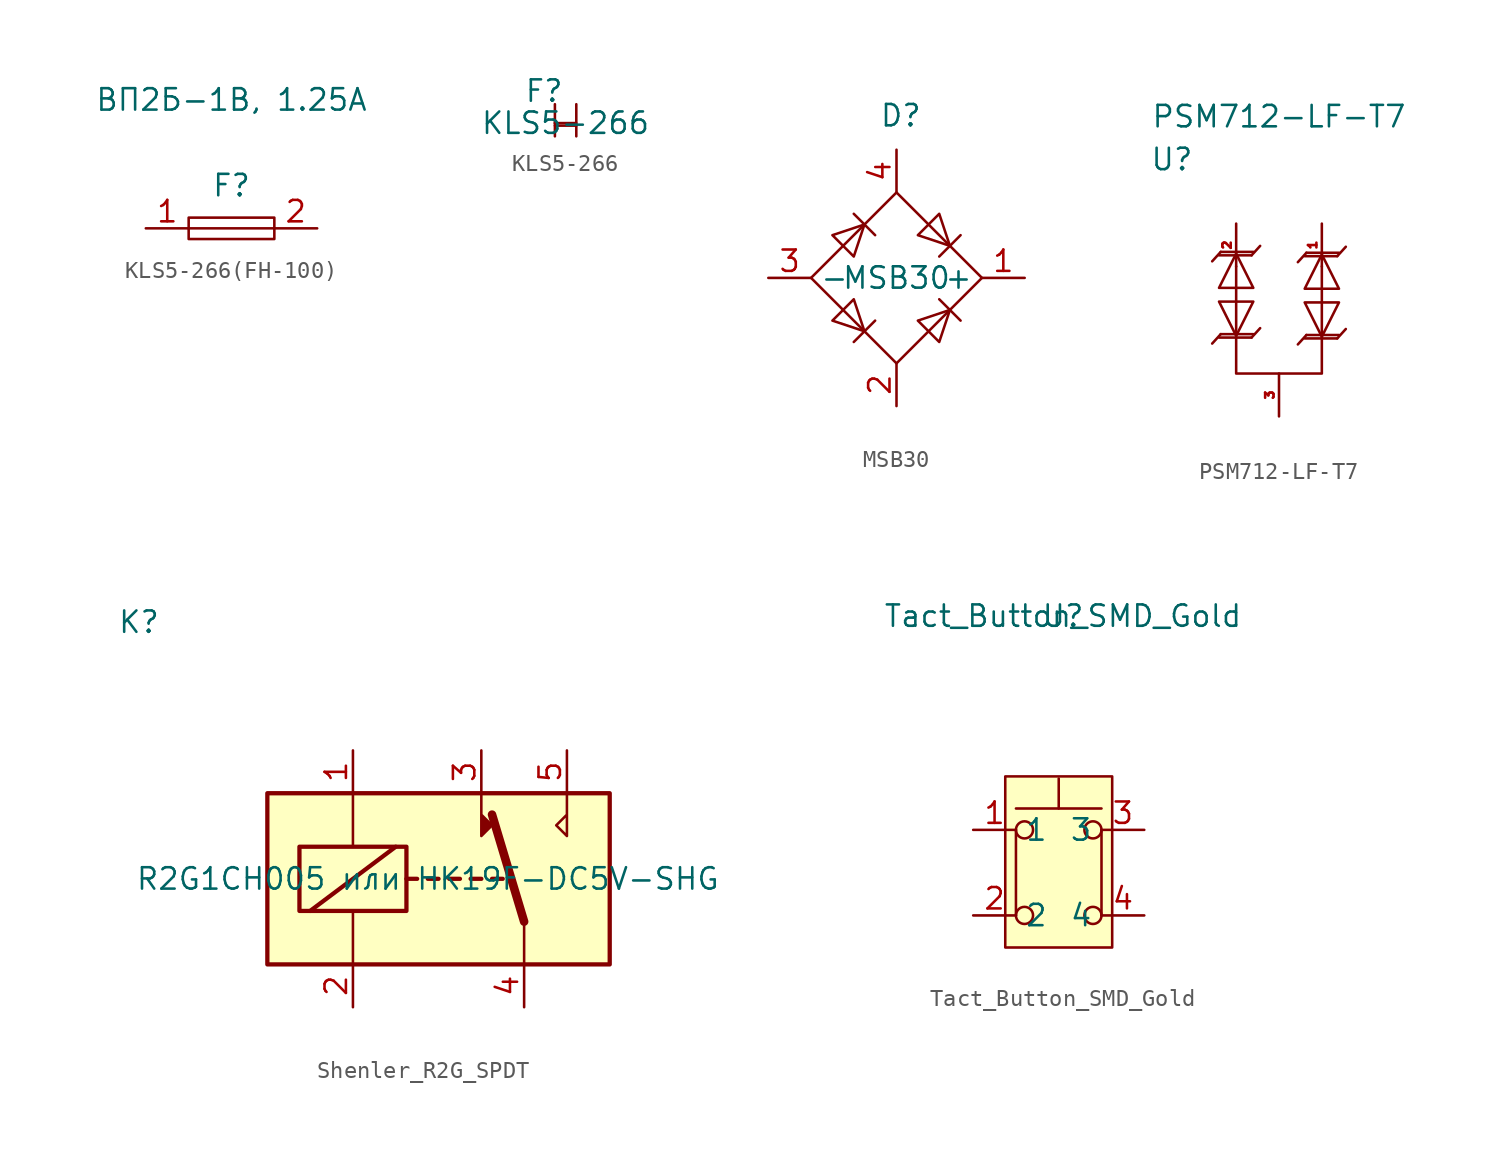
<source format=kicad_sym>
(kicad_symbol_lib
  (version 20231120)
  (generator "kicad_symbol_editor")
  (generator_version "8.0")
  (symbol "KLS5-266(FH-100)"
    (property "Reference" "F"
      (at 0 2.54 0)
      (effects (font (size 1.27 1.27))))
    (property "Value" "ВП2Б-1В, 1.25A"
      (at 0 7.62 0)
      (effects (font (size 1.27 1.27))))
    (symbol "KLS5-266(FH-100)_0_1"
      (rectangle (start -2.54 0.635) (end 2.54 -0.635) (stroke (width 0) (type default)) (fill (type none)))
      (polyline (pts (xy -2.54 0) (xy 2.54 0)) (stroke (width 0) (type default)) (fill (type none))))
    (symbol "KLS5-266(FH-100)_1_1"
      (pin input line (at -5.08 0 0) (length 2.54) (name "" (effects (font (size 1.27 1.27)))) (number "1" (effects (font (size 1.27 1.27)))))
      (pin input line (at 5.08 0 180) (length 2.54) (name "" (effects (font (size 1.27 1.27)))) (number "2" (effects (font (size 1.27 1.27)))))))
  (symbol "KLS5-266"
    (property "Reference" "F"
      (at -1.27 1.905 0)
      (effects (font (size 1.27 1.27))))
    (property "Value" "KLS5-266"
      (at 0 0 0)
      (effects (font (size 1.27 1.27))))
    (symbol "KLS5-266_0_1"
      (polyline (pts (xy -0.635 0) (xy 0.635 0)) (stroke (width 0) (type default)) (fill (type none)))
      (polyline (pts (xy -0.629 -0.152) (xy -0.629 -0.787)) (stroke (width 0) (type default)) (fill (type none)))
      (polyline (pts (xy 0.641 -0.152) (xy 0.641 -0.787)) (stroke (width 0) (type default)) (fill (type none)))
      (polyline (pts (xy -0.629 1.118) (xy -0.629 -0.152) (xy 0.641 -0.152) (xy 0.641 1.118)) (stroke (width 0) (type default)) (fill (type none)))))
  (symbol "MSB30"
    (property "Reference" "D"
      (at 0.254 9.652 0)
      (effects (font (size 1.27 1.27))))
    (property "Value" "MSB30"
      (at 0 0 0)
      (effects (font (size 1.27 1.27))))
    (symbol "MSB30_0_1"
      (polyline (pts (xy -2.54 3.81) (xy -1.27 2.54)) (stroke (width 0) (type default)) (fill (type none)))
      (polyline (pts (xy -1.27 -2.54) (xy -2.54 -3.81)) (stroke (width 0) (type default)) (fill (type none)))
      (polyline (pts (xy 2.54 -1.27) (xy 3.81 -2.54)) (stroke (width 0) (type default)) (fill (type none)))
      (polyline (pts (xy 2.54 1.27) (xy 3.81 2.54)) (stroke (width 0) (type default)) (fill (type none)))
      (polyline (pts (xy -3.81 2.54) (xy -2.54 1.27) (xy -1.905 3.175) (xy -3.81 2.54)) (stroke (width 0) (type default)) (fill (type none)))
      (polyline (pts (xy -2.54 -1.27) (xy -3.81 -2.54) (xy -1.905 -3.175) (xy -2.54 -1.27)) (stroke (width 0) (type default)) (fill (type none)))
      (polyline (pts (xy 1.27 2.54) (xy 2.54 3.81) (xy 3.175 1.905) (xy 1.27 2.54)) (stroke (width 0) (type default)) (fill (type none)))
      (polyline (pts (xy 3.175 -1.905) (xy 1.27 -2.54) (xy 2.54 -3.81) (xy 3.175 -1.905)) (stroke (width 0) (type default)) (fill (type none)))
      (polyline (pts (xy -5.08 0) (xy 0 -5.08) (xy 5.08 0) (xy 0 5.08) (xy -5.08 0)) (stroke (width 0) (type default)) (fill (type none))))
    (symbol "MSB30_1_1"
      (pin passive line (at 7.62 0 180) (length 2.54) (name "+" (effects (font (size 1.27 1.27)))) (number "1" (effects (font (size 1.27 1.27)))))
      (pin passive line (at 0 -7.62 90) (length 2.54) (name "~" (effects (font (size 1.27 1.27)))) (number "2" (effects (font (size 1.27 1.27)))))
      (pin passive line (at -7.62 0 0) (length 2.54) (name "-" (effects (font (size 1.27 1.27)))) (number "3" (effects (font (size 1.27 1.27)))))
      (pin passive line (at 0 7.62 270) (length 2.54) (name "~" (effects (font (size 1.27 1.27)))) (number "4" (effects (font (size 1.27 1.27)))))))
  (symbol "PSM712-LF-T7"
    (property "Reference" "U"
      (at -6.35 3.81 0)
      (effects (font (size 1.27 1.27))))
    (property "Value" "PSM712-LF-T7"
      (at 0 6.35 0)
      (effects (font (size 1.27 1.27))))
    (symbol "PSM712-LF-T7_0_1"
      (polyline (pts (xy -3.962 -2.235) (xy -3.454 -1.676)) (stroke (width 0) (type default)) (fill (type none)))
      (polyline (pts (xy -3.454 -6.553) (xy -3.962 -7.112)) (stroke (width 0) (type default)) (fill (type none)))
      (polyline (pts (xy -1.626 -1.88) (xy -1.118 -1.321)) (stroke (width 0) (type default)) (fill (type none)))
      (polyline (pts (xy -1.118 -6.198) (xy -1.626 -6.756)) (stroke (width 0) (type default)) (fill (type none)))
      (polyline (pts (xy 1.118 -2.286) (xy 1.626 -1.727)) (stroke (width 0) (type default)) (fill (type none)))
      (polyline (pts (xy 1.626 -6.604) (xy 1.118 -7.163)) (stroke (width 0) (type default)) (fill (type none)))
      (polyline (pts (xy 3.454 -1.93) (xy 3.962 -1.372)) (stroke (width 0) (type default)) (fill (type none)))
      (polyline (pts (xy 3.962 -6.248) (xy 3.454 -6.807)) (stroke (width 0) (type default)) (fill (type none)))
      (polyline (pts (xy -3.556 -1.88) (xy -1.829 -1.88) (xy -1.626 -1.88)) (stroke (width 0) (type default)) (fill (type none)))
      (polyline (pts (xy -3.454 -1.676) (xy -1.524 -1.676) (xy -1.575 -1.676)) (stroke (width 0) (type default)) (fill (type none)))
      (polyline (pts (xy -1.626 -6.756) (xy -3.556 -6.756) (xy -3.505 -6.756)) (stroke (width 0) (type default)) (fill (type none)))
      (polyline (pts (xy -1.524 -6.553) (xy -3.251 -6.553) (xy -3.454 -6.553)) (stroke (width 0) (type default)) (fill (type none)))
      (polyline (pts (xy 1.524 -1.93) (xy 3.251 -1.93) (xy 3.454 -1.93)) (stroke (width 0) (type default)) (fill (type none)))
      (polyline (pts (xy 1.626 -1.727) (xy 3.556 -1.727) (xy 3.505 -1.727)) (stroke (width 0) (type default)) (fill (type none)))
      (polyline (pts (xy 3.454 -6.807) (xy 1.524 -6.807) (xy 1.575 -6.807)) (stroke (width 0) (type default)) (fill (type none)))
      (polyline (pts (xy 3.556 -6.604) (xy 1.829 -6.604) (xy 1.626 -6.604)) (stroke (width 0) (type default)) (fill (type none)))
      (polyline (pts (xy -3.556 -4.623) (xy -2.54 -6.655) (xy -1.524 -4.623) (xy -3.556 -4.623)) (stroke (width 0) (type default)) (fill (type none)))
      (polyline (pts (xy -1.524 -3.81) (xy -2.54 -1.778) (xy -3.556 -3.81) (xy -1.524 -3.81)) (stroke (width 0) (type default)) (fill (type none)))
      (polyline (pts (xy 1.524 -4.674) (xy 2.54 -6.706) (xy 3.556 -4.674) (xy 1.524 -4.674)) (stroke (width 0) (type default)) (fill (type none)))
      (polyline (pts (xy 3.556 -3.861) (xy 2.54 -1.829) (xy 1.524 -3.861) (xy 3.556 -3.861)) (stroke (width 0) (type default)) (fill (type none)))
      (polyline (pts (xy 2.54 -2.54) (xy 2.54 -8.89) (xy 0 -8.89) (xy -2.54 -8.89) (xy -2.54 -2.54)) (stroke (width 0) (type default)) (fill (type none))))
    (symbol "PSM712-LF-T7_1_1"
      (pin passive line (at 2.54 0 270) (length 2.54) (name "" (effects (font (size 1.27 1.27)))) (number "1" (effects (font (size 0.5 0.5)))))
      (pin passive line (at -2.54 0 270) (length 2.54) (name "" (effects (font (size 1.27 1.27)))) (number "2" (effects (font (size 0.5 0.5)))))
      (pin passive line (at 0 -11.43 90) (length 2.54) (name "" (effects (font (size 1.27 1.27)))) (number "3" (effects (font (size 0.5 0.5)))))))
  (symbol "Shenler_R2G_SPDT"
    (property "Reference" "K"
      (at -12.7 15.24 0)
      (effects (font (size 1.27 1.27))))
    (property "Value" "R2G1CH005 или HK19F-DC5V-SHG"
      (at 4.445 0 0)
      (effects (font (size 1.27 1.27))))
    (symbol "Shenler_R2G_SPDT_0_0"
      (polyline (pts (xy 12.7 5.08) (xy 12.7 2.54) (xy 12.065 3.175) (xy 12.7 3.81)) (stroke (width 0) (type default)) (fill (type none))))
    (symbol "Shenler_R2G_SPDT_0_1"
      (rectangle (start -5.08 5.08) (end 15.24 -5.08) (stroke (width 0.254) (type default)) (fill (type background)))
      (rectangle (start -3.175 1.905) (end 3.175 -1.905) (stroke (width 0.254) (type default)) (fill (type none)))
      (polyline (pts (xy -2.54 -1.905) (xy 2.54 1.905)) (stroke (width 0.254) (type default)) (fill (type none)))
      (polyline (pts (xy 0 -5.08) (xy 0 -1.905)) (stroke (width 0) (type default)) (fill (type none)))
      (polyline (pts (xy 0 5.08) (xy 0 1.905)) (stroke (width 0) (type default)) (fill (type none)))
      (polyline (pts (xy 3.175 0) (xy 3.81 0)) (stroke (width 0.254) (type default)) (fill (type none)))
      (polyline (pts (xy 4.445 0) (xy 5.08 0)) (stroke (width 0.254) (type default)) (fill (type none)))
      (polyline (pts (xy 5.715 0) (xy 6.35 0)) (stroke (width 0.254) (type default)) (fill (type none)))
      (polyline (pts (xy 6.985 0) (xy 7.62 0)) (stroke (width 0.254) (type default)) (fill (type none)))
      (polyline (pts (xy 8.255 0) (xy 8.89 0)) (stroke (width 0.254) (type default)) (fill (type none)))
      (polyline (pts (xy 10.16 -2.54) (xy 8.255 3.81)) (stroke (width 0.508) (type default)) (fill (type none)))
      (polyline (pts (xy 10.16 -2.54) (xy 10.16 -5.08)) (stroke (width 0) (type default)) (fill (type none)))
      (polyline (pts (xy 7.62 5.08) (xy 7.62 2.54) (xy 8.255 3.175) (xy 7.62 3.81)) (stroke (width 0) (type default)) (fill (type outline))))
    (symbol "Shenler_R2G_SPDT_1_1"
      (pin passive line (at 0 7.62 270) (length 2.54) (name "~" (effects (font (size 1.27 1.27)))) (number "1" (effects (font (size 1.27 1.27)))))
      (pin passive line (at 0 -7.62 90) (length 2.54) (name "~" (effects (font (size 1.27 1.27)))) (number "2" (effects (font (size 1.27 1.27)))))
      (pin passive line (at 7.62 7.62 270) (length 2.54) (name "~" (effects (font (size 1.27 1.27)))) (number "3" (effects (font (size 1.27 1.27)))))
      (pin passive line (at 10.16 -7.62 90) (length 2.54) (name "~" (effects (font (size 1.27 1.27)))) (number "4" (effects (font (size 1.27 1.27)))))
      (pin passive line (at 12.7 7.62 270) (length 2.54) (name "~" (effects (font (size 1.27 1.27)))) (number "5" (effects (font (size 1.27 1.27)))))))
  (symbol "Tact_Button_SMD_Gold"
    (property "Reference" "U"
      (at 0.254 13.97 0)
      (effects (font (size 1.27 1.27))))
    (property "Value" "Tact_Button_SMD_Gold"
      (at 0.254 13.97 0)
      (effects (font (size 1.27 1.27))))
    (symbol "Tact_Button_SMD_Gold_0_1"
      (circle (center -2.032 -3.81) (radius 0.508) (stroke (width 0) (type default)) (fill (type none)))
      (circle (center -2.032 1.27) (radius 0.508) (stroke (width 0) (type default)) (fill (type none)))
      (polyline (pts (xy -2.54 1.27) (xy -2.54 -3.81)) (stroke (width 0) (type default)) (fill (type none)))
      (polyline (pts (xy 0 2.54) (xy 0 4.318)) (stroke (width 0) (type default)) (fill (type none)))
      (polyline (pts (xy 2.54 1.27) (xy 2.54 -3.81)) (stroke (width 0) (type default)) (fill (type none)))
      (polyline (pts (xy 2.54 2.54) (xy -2.54 2.54)) (stroke (width 0) (type default)) (fill (type none)))
      (circle (center 2.032 -3.81) (radius 0.508) (stroke (width 0) (type default)) (fill (type none)))
      (circle (center 2.032 1.27) (radius 0.508) (stroke (width 0) (type default)) (fill (type none)))
      (pin passive line (at -5.08 1.27 0) (length 2.54) (name "1" (effects (font (size 1.27 1.27)))) (number "1" (effects (font (size 1.27 1.27)))))
      (pin passive line (at 5.08 -3.81 180) (length 2.54) (name "4" (effects (font (size 1.27 1.27)))) (number "4" (effects (font (size 1.27 1.27))))))
    (symbol "Tact_Button_SMD_Gold_1_1"
      (rectangle (start -3.175 4.445) (end 3.175 -5.715) (stroke (width 0) (type default)) (fill (type background)))
      (pin passive line (at -5.08 -3.81 0) (length 2.54) (name "2" (effects (font (size 1.27 1.27)))) (number "2" (effects (font (size 1.27 1.27)))))
      (pin passive line (at 5.08 1.27 180) (length 2.54) (name "3" (effects (font (size 1.27 1.27)))) (number "3" (effects (font (size 1.27 1.27))))))))
</source>
